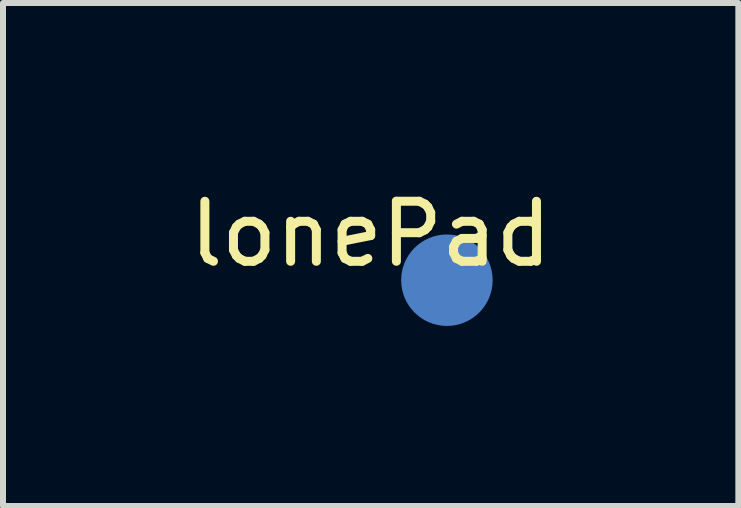
<source format=kicad_pcb>
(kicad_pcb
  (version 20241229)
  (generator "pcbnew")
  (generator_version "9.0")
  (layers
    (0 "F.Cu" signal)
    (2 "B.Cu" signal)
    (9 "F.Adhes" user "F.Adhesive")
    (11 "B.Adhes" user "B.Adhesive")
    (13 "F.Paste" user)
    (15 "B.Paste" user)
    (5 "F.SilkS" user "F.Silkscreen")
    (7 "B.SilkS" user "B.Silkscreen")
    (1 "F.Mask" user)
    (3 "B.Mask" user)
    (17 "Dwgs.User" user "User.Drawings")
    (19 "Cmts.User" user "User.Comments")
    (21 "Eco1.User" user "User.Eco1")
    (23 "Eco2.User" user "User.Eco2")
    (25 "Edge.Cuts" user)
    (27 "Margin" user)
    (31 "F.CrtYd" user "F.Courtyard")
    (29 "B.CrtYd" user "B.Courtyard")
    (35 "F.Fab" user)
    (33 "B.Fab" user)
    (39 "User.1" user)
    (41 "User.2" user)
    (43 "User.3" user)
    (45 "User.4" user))
  (footprint "lonePad"
    (layer "F.Cu")
    (at 4.395 0.348)
    (property "Reference" "lonePad" (at -1.27 0.5 0) (layer "F.SilkS") (effects (font (size 1 1) (thickness 0.15))))
    (attr through_hole)
    (pad "p4" smd circle (at 0 1.27) (size 1.524 1.524) (layers "F.Mask" "B.Cu" "F.Paste")))
  (gr_rect
    (start -3 -3)
    (end 9.25 5.38)
    (stroke (width 0.1) (type default))
    (fill no)
    (layer "Edge.Cuts")))
</source>
